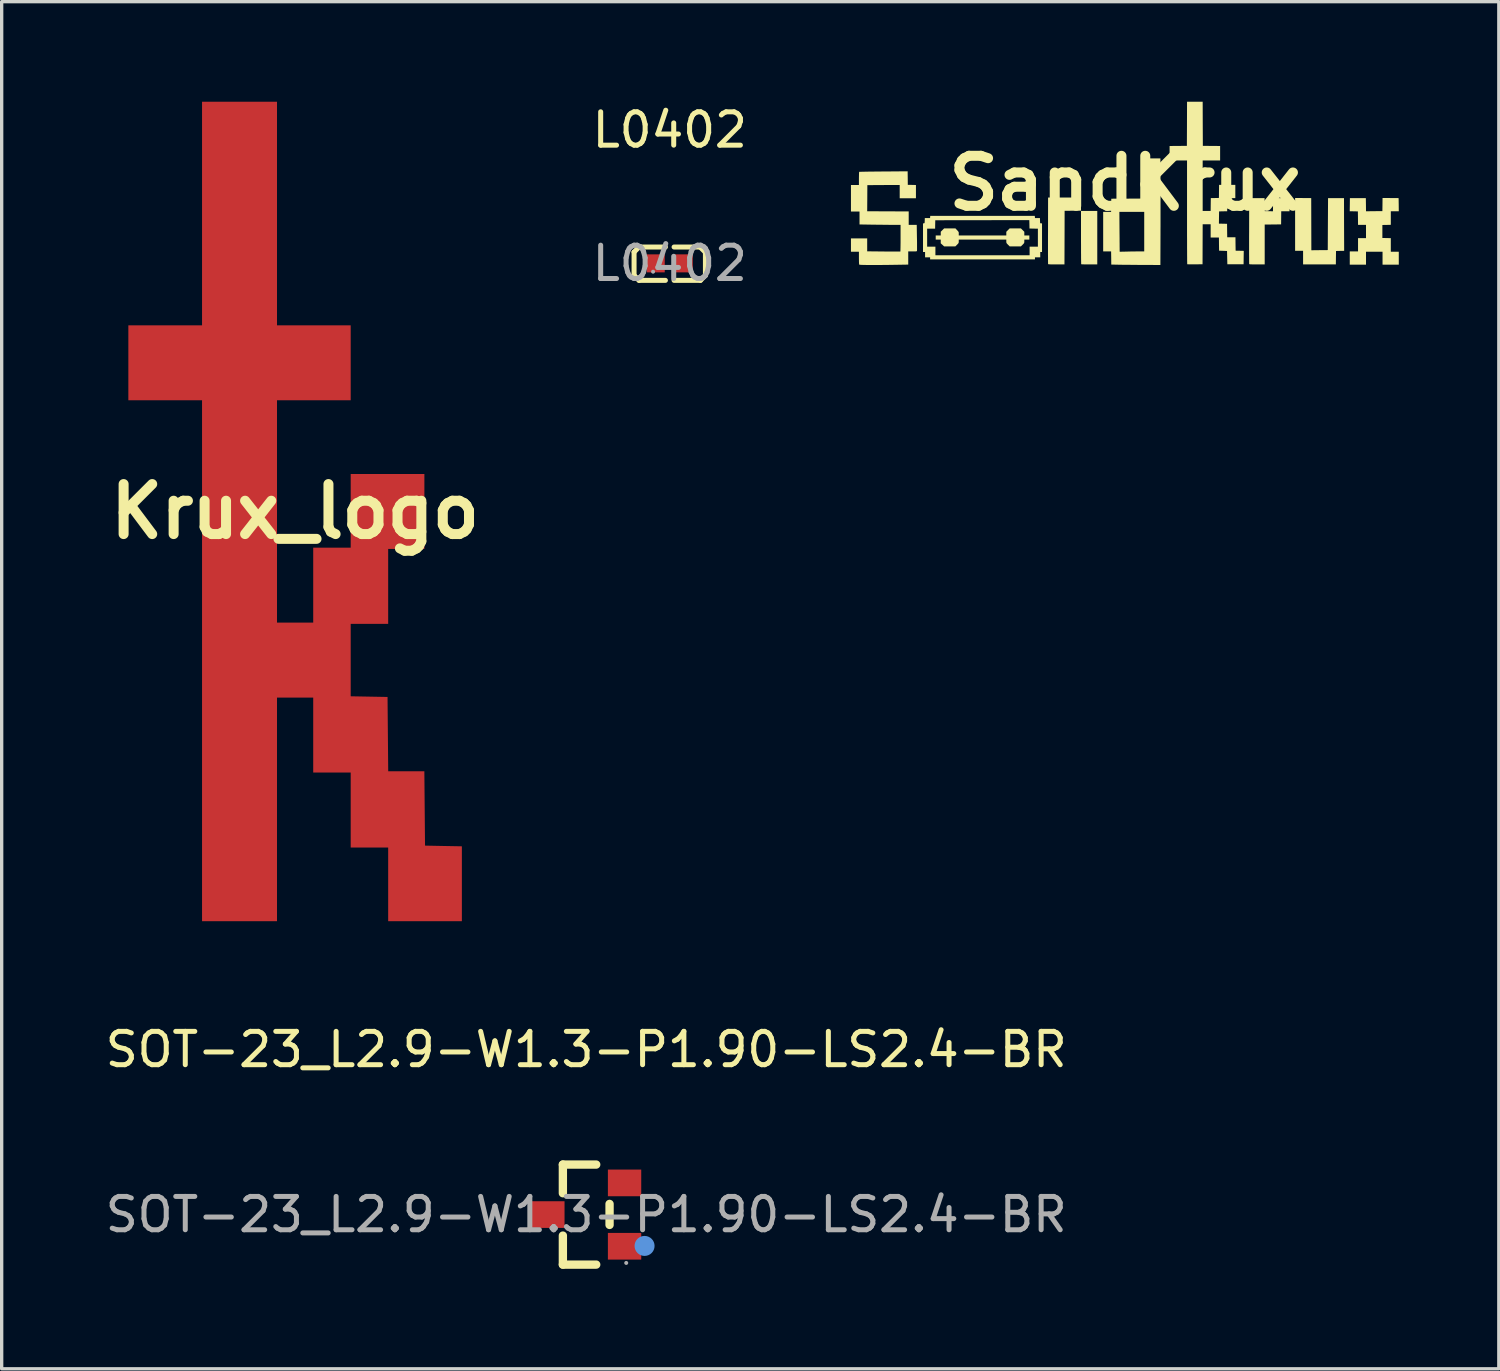
<source format=kicad_pcb>
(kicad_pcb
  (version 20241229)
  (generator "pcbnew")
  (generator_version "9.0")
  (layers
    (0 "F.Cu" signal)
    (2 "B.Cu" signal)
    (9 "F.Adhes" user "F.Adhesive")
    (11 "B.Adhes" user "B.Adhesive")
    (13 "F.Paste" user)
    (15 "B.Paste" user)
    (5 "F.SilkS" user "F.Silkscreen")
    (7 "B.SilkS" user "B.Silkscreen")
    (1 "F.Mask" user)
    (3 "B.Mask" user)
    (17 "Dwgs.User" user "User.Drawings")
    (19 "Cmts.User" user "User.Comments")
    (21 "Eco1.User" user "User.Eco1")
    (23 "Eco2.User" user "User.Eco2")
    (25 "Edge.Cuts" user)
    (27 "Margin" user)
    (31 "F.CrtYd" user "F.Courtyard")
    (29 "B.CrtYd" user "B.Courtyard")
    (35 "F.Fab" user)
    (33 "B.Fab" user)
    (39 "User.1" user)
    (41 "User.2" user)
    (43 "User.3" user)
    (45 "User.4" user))
  (footprint "SandKrux"
    (layer "F.Cu")
    (at 30.688 2.444)
    (property "Reference" "SandKrux" (at 0 0 0) (layer "F.SilkS") (effects (font (size 1.5 1.5) (thickness 0.3))))
    (attr board_only exclude_from_pos_files exclude_from_bom)
    (fp_poly (pts (xy 5.343 0.445) (xy 5.584 0.447) (xy 5.586 1.229) (xy 5.588 2.011) (xy 5.834 2.008) (xy 6.08 2.006) (xy 6.084 1.227) (xy 6.089 0.447) (xy 6.328 0.447) (xy 6.567 0.447) (xy 6.569 1.237) (xy 6.572 2.028) (xy 6.45 2.03) (xy 6.328 2.033) (xy 6.325 2.234) (xy 6.323 2.435) (xy 5.832 2.435) (xy 5.34 2.435) (xy 5.34 2.232) (xy 5.34 2.028) (xy 5.221 2.028) (xy 5.101 2.028) (xy 5.101 1.235) (xy 5.101 0.443)) (stroke (width 0) (type solid)) (fill yes) (layer "F.SilkS"))
    (fp_poly (pts (xy -0.832 1.634) (xy -0.832 2.435) (xy -1.07 2.435) (xy -1.133 2.435) (xy -1.191 2.435) (xy -1.24 2.434) (xy -1.278 2.433) (xy -1.304 2.431) (xy -1.314 2.43) (xy -1.314 2.43) (xy -1.315 2.42) (xy -1.315 2.394) (xy -1.316 2.353) (xy -1.317 2.298) (xy -1.318 2.23) (xy -1.318 2.151) (xy -1.319 2.062) (xy -1.319 1.964) (xy -1.319 1.858) (xy -1.32 1.746) (xy -1.32 1.628) (xy -1.32 1.628) (xy -1.32 0.832) (xy -1.076 0.832) (xy -0.832 0.832)) (stroke (width 0) (type solid)) (fill yes) (layer "F.SilkS"))
    (fp_poly (pts (xy -1.322 0.626) (xy -1.319 0.823) (xy -1.565 0.826) (xy -1.811 0.828) (xy -1.813 1.632) (xy -1.816 2.435) (xy -2.059 2.435) (xy -2.136 2.435) (xy -2.196 2.435) (xy -2.241 2.434) (xy -2.273 2.432) (xy -2.294 2.43) (xy -2.305 2.427) (xy -2.307 2.424) (xy -2.308 2.414) (xy -2.308 2.388) (xy -2.309 2.345) (xy -2.309 2.289) (xy -2.309 2.219) (xy -2.31 2.138) (xy -2.31 2.045) (xy -2.31 1.943) (xy -2.31 1.832) (xy -2.31 1.713) (xy -2.31 1.589) (xy -2.309 1.459) (xy -2.309 1.421) (xy -2.307 0.43) (xy -1.816 0.43) (xy -1.324 0.43)) (stroke (width 0) (type solid)) (fill yes) (layer "F.SilkS"))
    (fp_poly (pts (xy 4.189 0.642) (xy 4.193 0.837) (xy 4.315 0.839) (xy 4.437 0.842) (xy 4.439 0.645) (xy 4.441 0.447) (xy 4.685 0.447) (xy 4.929 0.447) (xy 4.931 0.644) (xy 4.933 0.841) (xy 4.809 0.841) (xy 4.685 0.841) (xy 4.683 1.038) (xy 4.681 1.235) (xy 4.435 1.238) (xy 4.189 1.24) (xy 4.189 1.838) (xy 4.189 2.435) (xy 3.959 2.435) (xy 3.885 2.435) (xy 3.827 2.435) (xy 3.783 2.433) (xy 3.753 2.432) (xy 3.734 2.429) (xy 3.725 2.426) (xy 3.724 2.424) (xy 3.723 2.414) (xy 3.723 2.388) (xy 3.722 2.345) (xy 3.722 2.289) (xy 3.722 2.219) (xy 3.721 2.138) (xy 3.721 2.045) (xy 3.721 1.943) (xy 3.721 1.832) (xy 3.721 1.714) (xy 3.721 1.59) (xy 3.722 1.46) (xy 3.722 1.43) (xy 3.724 0.447) (xy 3.954 0.447) (xy 4.185 0.447)) (stroke (width 0) (type solid)) (fill yes) (layer "F.SilkS"))
    (fp_poly (pts (xy 7.964 0.445) (xy 8.205 0.447) (xy 8.208 0.644) (xy 8.21 0.841) (xy 8.09 0.841) (xy 7.971 0.841) (xy 7.971 1.045) (xy 7.971 1.248) (xy 7.845 1.251) (xy 7.718 1.253) (xy 7.718 1.448) (xy 7.718 1.643) (xy 7.845 1.645) (xy 7.971 1.648) (xy 7.971 1.851) (xy 7.971 2.055) (xy 8.09 2.055) (xy 8.21 2.055) (xy 8.21 2.25) (xy 8.21 2.444) (xy 7.966 2.444) (xy 7.723 2.444) (xy 7.723 2.25) (xy 7.723 2.055) (xy 7.475 2.055) (xy 7.227 2.055) (xy 7.227 2.25) (xy 7.227 2.444) (xy 6.983 2.444) (xy 6.74 2.444) (xy 6.74 2.245) (xy 6.74 2.046) (xy 6.864 2.046) (xy 6.988 2.046) (xy 6.988 1.847) (xy 6.988 1.647) (xy 7.107 1.647) (xy 7.227 1.647) (xy 7.227 1.448) (xy 7.227 1.249) (xy 7.107 1.249) (xy 6.988 1.249) (xy 6.986 1.047) (xy 6.983 0.846) (xy 6.861 0.843) (xy 6.739 0.841) (xy 6.742 0.644) (xy 6.744 0.447) (xy 6.983 0.447) (xy 7.222 0.447) (xy 7.225 0.644) (xy 7.227 0.842) (xy 7.473 0.839) (xy 7.718 0.837) (xy 7.721 0.64) (xy 7.723 0.443)) (stroke (width 0) (type solid)) (fill yes) (layer "F.SilkS"))
    (fp_poly (pts (xy -5.036 1.408) (xy -5.012 1.434) (xy -4.997 1.453) (xy -4.989 1.469) (xy -4.986 1.489) (xy -4.986 1.514) (xy -4.986 1.568) (xy -4.273 1.568) (xy -3.56 1.568) (xy -3.56 1.512) (xy -3.56 1.457) (xy -3.51 1.406) (xy -3.459 1.355) (xy -3.291 1.355) (xy -3.122 1.355) (xy -3.071 1.406) (xy -3.02 1.456) (xy -3.02 1.512) (xy -3.02 1.568) (xy -2.945 1.568) (xy -2.869 1.568) (xy -2.869 1.63) (xy -2.869 1.692) (xy -2.945 1.692) (xy -3.02 1.692) (xy -3.02 1.743) (xy -3.021 1.769) (xy -3.024 1.787) (xy -3.032 1.803) (xy -3.049 1.822) (xy -3.071 1.845) (xy -3.122 1.895) (xy -3.291 1.895) (xy -3.459 1.895) (xy -3.51 1.844) (xy -3.535 1.818) (xy -3.55 1.8) (xy -3.557 1.783) (xy -3.56 1.764) (xy -3.56 1.742) (xy -3.56 1.692) (xy -4.273 1.692) (xy -4.986 1.692) (xy -4.986 1.743) (xy -4.987 1.769) (xy -4.99 1.787) (xy -4.998 1.803) (xy -5.015 1.822) (xy -5.037 1.845) (xy -5.088 1.895) (xy -5.256 1.895) (xy -5.425 1.895) (xy -5.476 1.848) (xy -5.527 1.802) (xy -5.526 1.747) (xy -5.526 1.692) (xy -5.602 1.692) (xy -5.677 1.692) (xy -5.677 1.63) (xy -5.677 1.568) (xy -5.602 1.568) (xy -5.526 1.568) (xy -5.526 1.512) (xy -5.526 1.456) (xy -5.475 1.406) (xy -5.424 1.355) (xy -5.255 1.355) (xy -5.086 1.355)) (stroke (width 0) (type solid)) (fill yes) (layer "F.SilkS"))
    (fp_poly (pts (xy 1.064 -0.055) (xy 1.065 0.059) (xy 1.065 0.188) (xy 1.065 0.329) (xy 1.065 0.481) (xy 1.065 0.638) (xy 1.065 0.801) (xy 1.065 0.964) (xy 1.065 1.126) (xy 1.065 1.285) (xy 1.064 1.437) (xy 1.064 1.543) (xy 1.061 2.453) (xy 0.573 2.451) (xy 0.471 2.451) (xy 0.367 2.45) (xy 0.262 2.449) (xy 0.161 2.448) (xy 0.066 2.448) (xy -0.021 2.447) (xy -0.097 2.446) (xy -0.157 2.445) (xy -0.164 2.445) (xy -0.412 2.44) (xy -0.414 2.243) (xy -0.417 2.046) (xy -0.536 2.046) (xy -0.655 2.046) (xy -0.655 1.452) (xy -0.655 0.859) (xy -0.536 0.859) (xy -0.417 0.859) (xy -0.169 0.859) (xy -0.165 1.455) (xy -0.164 1.556) (xy -0.163 1.651) (xy -0.163 1.74) (xy -0.162 1.821) (xy -0.162 1.892) (xy -0.161 1.952) (xy -0.161 2) (xy -0.16 2.033) (xy -0.16 2.051) (xy -0.16 2.054) (xy -0.151 2.055) (xy -0.128 2.055) (xy -0.092 2.054) (xy -0.046 2.054) (xy 0.007 2.052) (xy 0.02 2.052) (xy 0.09 2.05) (xy 0.17 2.048) (xy 0.254 2.047) (xy 0.334 2.046) (xy 0.387 2.046) (xy 0.576 2.046) (xy 0.576 1.452) (xy 0.576 0.859) (xy 0.203 0.859) (xy -0.169 0.859) (xy -0.417 0.859) (xy -0.414 0.662) (xy -0.412 0.465) (xy 0.082 0.463) (xy 0.576 0.46) (xy 0.576 -0.142) (xy 0.576 -0.744) (xy 0.818 -0.744) (xy 1.061 -0.744)) (stroke (width 0) (type solid)) (fill yes) (layer "F.SilkS"))
    (fp_poly (pts (xy -2.703 1.012) (xy -2.7 1.045) (xy -2.626 1.045) (xy -2.551 1.045) (xy -2.549 1.123) (xy -2.546 1.2) (xy -2.517 1.203) (xy -2.489 1.206) (xy -2.489 1.635) (xy -2.489 2.064) (xy -2.515 2.064) (xy -2.542 2.064) (xy -2.542 2.143) (xy -2.542 2.223) (xy -2.621 2.223) (xy -2.701 2.223) (xy -2.701 2.254) (xy -2.701 2.285) (xy -4.273 2.285) (xy -5.845 2.285) (xy -5.845 2.254) (xy -5.845 2.223) (xy -5.92 2.223) (xy -5.996 2.223) (xy -5.996 2.143) (xy -5.996 2.064) (xy -6.027 2.064) (xy -6.058 2.064) (xy -6.058 1.635) (xy -6.058 1.364) (xy -5.934 1.364) (xy -5.934 1.634) (xy -5.934 1.904) (xy -5.81 1.904) (xy -5.686 1.904) (xy -5.686 2.033) (xy -5.686 2.161) (xy -4.273 2.161) (xy -2.861 2.161) (xy -2.861 2.033) (xy -2.861 1.904) (xy -2.737 1.904) (xy -2.613 1.904) (xy -2.613 1.634) (xy -2.613 1.364) (xy -2.739 1.362) (xy -2.865 1.359) (xy -2.867 1.233) (xy -2.87 1.107) (xy -4.28 1.109) (xy -5.69 1.111) (xy -5.693 1.238) (xy -5.695 1.364) (xy -5.814 1.364) (xy -5.934 1.364) (xy -6.058 1.364) (xy -6.058 1.206) (xy -6.033 1.203) (xy -6.022 1.201) (xy -6.014 1.196) (xy -6.01 1.184) (xy -6.008 1.163) (xy -6.007 1.127) (xy -6.006 1.123) (xy -6.004 1.045) (xy -5.925 1.045) (xy -5.846 1.045) (xy -5.844 1.012) (xy -5.841 0.979) (xy -4.273 0.979) (xy -2.706 0.979)) (stroke (width 0) (type solid)) (fill yes) (layer "F.SilkS"))
    (fp_poly (pts (xy 2.331 -1.782) (xy 2.334 -1.12) (xy 2.593 -1.118) (xy 2.852 -1.116) (xy 2.852 -0.899) (xy 2.852 -0.682) (xy 2.59 -0.682) (xy 2.329 -0.682) (xy 2.329 0.075) (xy 2.329 0.832) (xy 2.449 0.832) (xy 2.568 0.832) (xy 2.57 0.64) (xy 2.573 0.447) (xy 2.694 0.445) (xy 2.816 0.442) (xy 2.818 0.246) (xy 2.821 0.049) (xy 3.064 0.049) (xy 3.308 0.049) (xy 3.308 0.248) (xy 3.308 0.447) (xy 3.186 0.45) (xy 3.064 0.452) (xy 3.064 0.647) (xy 3.064 0.841) (xy 2.943 0.843) (xy 2.821 0.846) (xy 2.818 1.029) (xy 2.816 1.213) (xy 2.938 1.215) (xy 3.06 1.218) (xy 3.062 1.419) (xy 3.065 1.621) (xy 3.188 1.621) (xy 3.312 1.621) (xy 3.314 1.822) (xy 3.317 2.024) (xy 3.439 2.026) (xy 3.561 2.029) (xy 3.558 2.23) (xy 3.556 2.431) (xy 3.312 2.431) (xy 3.069 2.431) (xy 3.064 2.232) (xy 3.06 2.033) (xy 2.94 2.028) (xy 2.821 2.024) (xy 2.818 1.827) (xy 2.816 1.63) (xy 2.692 1.63) (xy 2.568 1.63) (xy 2.568 1.43) (xy 2.568 1.231) (xy 2.449 1.231) (xy 2.329 1.231) (xy 2.327 1.831) (xy 2.325 2.431) (xy 2.098 2.433) (xy 2.037 2.434) (xy 1.981 2.434) (xy 1.934 2.433) (xy 1.897 2.432) (xy 1.874 2.431) (xy 1.866 2.43) (xy 1.865 2.42) (xy 1.865 2.394) (xy 1.864 2.352) (xy 1.863 2.295) (xy 1.863 2.224) (xy 1.862 2.139) (xy 1.862 2.043) (xy 1.861 1.935) (xy 1.861 1.816) (xy 1.861 1.688) (xy 1.86 1.551) (xy 1.86 1.406) (xy 1.86 1.254) (xy 1.86 1.096) (xy 1.86 0.934) (xy 1.86 0.871) (xy 1.86 -0.682) (xy 1.599 -0.682) (xy 1.337 -0.682) (xy 1.337 -0.899) (xy 1.337 -1.116) (xy 1.596 -1.118) (xy 1.855 -1.12) (xy 1.858 -1.782) (xy 1.86 -2.444) (xy 2.095 -2.444) (xy 2.329 -2.444)) (stroke (width 0) (type solid)) (fill yes) (layer "F.SilkS"))
    (fp_poly (pts (xy -6.516 -0.154) (xy -6.514 0.049) (xy -6.392 0.051) (xy -6.27 0.054) (xy -6.27 0.253) (xy -6.27 0.452) (xy -6.514 0.452) (xy -6.757 0.452) (xy -6.757 0.252) (xy -6.757 0.053) (xy -7.242 0.055) (xy -7.727 0.058) (xy -7.729 0.449) (xy -7.732 0.841) (xy -7.11 0.844) (xy -6.487 0.846) (xy -6.487 1.047) (xy -6.487 1.249) (xy -6.367 1.249) (xy -6.246 1.249) (xy -6.24 1.629) (xy -6.238 1.71) (xy -6.237 1.786) (xy -6.237 1.854) (xy -6.237 1.915) (xy -6.237 1.964) (xy -6.237 2) (xy -6.238 2.022) (xy -6.239 2.027) (xy -6.242 2.034) (xy -6.248 2.04) (xy -6.26 2.043) (xy -6.28 2.045) (xy -6.312 2.046) (xy -6.357 2.046) (xy -6.373 2.046) (xy -6.501 2.046) (xy -6.501 2.244) (xy -6.501 2.441) (xy -6.866 2.447) (xy -7.006 2.449) (xy -7.141 2.451) (xy -7.269 2.452) (xy -7.39 2.453) (xy -7.502 2.453) (xy -7.605 2.453) (xy -7.697 2.453) (xy -7.778 2.452) (xy -7.846 2.451) (xy -7.9 2.449) (xy -7.939 2.447) (xy -7.963 2.445) (xy -7.969 2.443) (xy -7.973 2.432) (xy -7.976 2.41) (xy -7.978 2.373) (xy -7.979 2.322) (xy -7.98 2.255) (xy -7.98 2.243) (xy -7.98 2.055) (xy -8.099 2.055) (xy -8.219 2.055) (xy -8.219 1.855) (xy -8.219 1.656) (xy -7.975 1.656) (xy -7.732 1.656) (xy -7.732 1.85) (xy -7.732 2.043) (xy -7.238 2.048) (xy -7.146 2.049) (xy -7.059 2.05) (xy -6.98 2.05) (xy -6.909 2.05) (xy -6.848 2.05) (xy -6.799 2.05) (xy -6.763 2.05) (xy -6.742 2.049) (xy -6.737 2.049) (xy -6.736 2.039) (xy -6.735 2.014) (xy -6.734 1.975) (xy -6.733 1.923) (xy -6.732 1.86) (xy -6.731 1.789) (xy -6.731 1.711) (xy -6.731 1.647) (xy -6.731 1.249) (xy -6.981 1.249) (xy -7.049 1.249) (xy -7.131 1.248) (xy -7.223 1.247) (xy -7.32 1.246) (xy -7.42 1.245) (xy -7.517 1.244) (xy -7.597 1.243) (xy -7.962 1.237) (xy -7.962 1.044) (xy -7.962 0.85) (xy -8.09 0.85) (xy -8.219 0.85) (xy -8.219 0.452) (xy -8.219 0.053) (xy -8.099 0.053) (xy -7.98 0.053) (xy -7.98 -0.141) (xy -7.979 -0.2) (xy -7.978 -0.252) (xy -7.977 -0.294) (xy -7.975 -0.324) (xy -7.972 -0.339) (xy -7.971 -0.341) (xy -7.961 -0.341) (xy -7.935 -0.342) (xy -7.894 -0.343) (xy -7.839 -0.344) (xy -7.771 -0.346) (xy -7.693 -0.347) (xy -7.605 -0.348) (xy -7.508 -0.349) (xy -7.404 -0.35) (xy -7.295 -0.351) (xy -7.241 -0.351) (xy -6.519 -0.357)) (stroke (width 0) (type solid)) (fill yes) (layer "F.SilkS")))
  (footprint "L0402"
    (layer "F.Cu")
    (at 17.035 4.848)
    (property "Reference" "L0402" (at 0 -4 0) (layer "F.SilkS") (effects (font (size 1 1) (thickness 0.15))))
    (attr smd)
    (fp_line (start -1.07 -0.34) (end -0.92 -0.49) (stroke (width 0.15) (type solid)) (layer "F.SilkS"))
    (fp_line (start -1.07 0.36) (end -1.07 -0.34) (stroke (width 0.15) (type solid)) (layer "F.SilkS"))
    (fp_line (start -0.92 -0.49) (end -0.13 -0.49) (stroke (width 0.15) (type solid)) (layer "F.SilkS"))
    (fp_line (start -0.92 0.51) (end -1.07 0.36) (stroke (width 0.15) (type solid)) (layer "F.SilkS"))
    (fp_line (start -0.13 0.51) (end -0.92 0.51) (stroke (width 0.15) (type solid)) (layer "F.SilkS"))
    (fp_line (start 0.13 0.51) (end 0.92 0.51) (stroke (width 0.15) (type solid)) (layer "F.SilkS"))
    (fp_line (start 0.91 -0.49) (end 0.13 -0.49) (stroke (width 0.15) (type solid)) (layer "F.SilkS"))
    (fp_line (start 0.92 0.51) (end 1.07 0.36) (stroke (width 0.15) (type solid)) (layer "F.SilkS"))
    (fp_line (start 1.07 -0.33) (end 0.91 -0.49) (stroke (width 0.15) (type solid)) (layer "F.SilkS"))
    (fp_line (start 1.07 0.36) (end 1.07 -0.33) (stroke (width 0.15) (type solid)) (layer "F.SilkS"))
    (fp_circle (center -0.5 0.25) (end -0.47 0.25) (stroke (width 0.06) (type solid)) (fill no) (layer "F.Fab"))
    (fp_text user "${REFERENCE}" (at 0 0 0) (layer "F.Fab") (effects (font (size 1 1) (thickness 0.15))))
    (pad "1" smd rect (at -0.42 0) (size 0.54 0.54) (layers "F.Cu" "F.Mask" "F.Paste"))
    (pad "2" smd rect (at 0.42 0) (size 0.54 0.54) (layers "F.Cu" "F.Mask" "F.Paste")))
  (footprint "Krux_logo"
    (layer "F.Cu")
    (at 5.8 12.288)
    (property "Reference" "Krux_logo" (at 0 0 0) (layer "F.SilkS") (effects (font (size 1.5 1.5) (thickness 0.3))))
    (attr board_only exclude_from_pos_files exclude_from_bom)
    (fp_poly (pts (xy -0.543 -8.935) (xy -0.543 -5.582) (xy 0.562 -5.582) (xy 1.667 -5.582) (xy 1.667 -4.458) (xy 1.667 -3.334) (xy 0.562 -3.334) (xy -0.543 -3.334) (xy -0.543 -0.000001) (xy -0.543 3.334) (xy 0 3.334) (xy 0.543 3.334) (xy 0.543 2.21) (xy 0.543 1.086) (xy 1.105 1.086) (xy 1.667 1.086) (xy 1.667 -0.019) (xy 1.667 -1.124) (xy 2.772 -1.124) (xy 3.877 -1.124) (xy 3.877 -0.000001) (xy 3.877 1.124) (xy 3.334 1.124) (xy 2.791 1.124) (xy 2.791 2.248) (xy 2.791 3.372) (xy 2.229 3.372) (xy 1.667 3.372) (xy 1.667 4.457) (xy 1.667 5.543) (xy 2.22 5.553) (xy 2.772 5.563) (xy 2.782 6.678) (xy 2.792 7.792) (xy 3.334 7.792) (xy 3.876 7.792) (xy 3.886 8.907) (xy 3.896 10.021) (xy 4.449 10.032) (xy 5.001 10.042) (xy 5.001 11.165) (xy 5.001 12.288) (xy 3.896 12.288) (xy 2.791 12.288) (xy 2.791 11.183) (xy 2.791 10.078) (xy 2.229 10.078) (xy 1.667 10.078) (xy 1.667 8.954) (xy 1.667 7.83) (xy 1.105 7.83) (xy 0.543 7.83) (xy 0.543 6.706) (xy 0.543 5.582) (xy 0 5.582) (xy -0.543 5.582) (xy -0.543 8.935) (xy -0.543 12.288) (xy -1.667 12.288) (xy -2.791 12.288) (xy -2.791 4.477) (xy -2.791 -3.334) (xy -3.896 -3.334) (xy -5.001 -3.334) (xy -5.001 -4.458) (xy -5.001 -5.582) (xy -3.896 -5.582) (xy -2.791 -5.582) (xy -2.791 -8.935) (xy -2.791 -12.288) (xy -1.667 -12.288) (xy -0.543 -12.288)) (stroke (width 0) (type solid)) (fill yes) (layer "F.Cu")))
  (footprint "SOT-23_L2.9-W1.3-P1.90-LS2.4-BR"
    (layer "F.Cu")
    (at 14.53 33.374)
    (property "Reference" "SOT-23_L2.9-W1.3-P1.90-LS2.4-BR" (at 0 -4.95 0) (layer "F.SilkS") (effects (font (size 1 1) (thickness 0.15))))
    (attr smd)
    (fp_line (start -0.7 -1.5) (end 0.3 -1.5) (stroke (width 0.25) (type solid)) (layer "F.SilkS"))
    (fp_line (start -0.7 -0.64) (end -0.7 -1.5) (stroke (width 0.25) (type solid)) (layer "F.SilkS"))
    (fp_line (start -0.7 1.5) (end -0.7 0.63) (stroke (width 0.25) (type solid)) (layer "F.SilkS"))
    (fp_line (start -0.7 1.5) (end 0.3 1.5) (stroke (width 0.25) (type solid)) (layer "F.SilkS"))
    (fp_line (start 0.7 0.31) (end 0.7 -0.32) (stroke (width 0.25) (type solid)) (layer "F.SilkS"))
    (fp_circle (center 1.75 0.94) (end 1.9 0.94) (stroke (width 0.3) (type solid)) (fill no) (layer "Cmts.User"))
    (fp_circle (center 1.2 1.45) (end 1.23 1.45) (stroke (width 0.06) (type solid)) (fill no) (layer "F.Fab"))
    (fp_text user "${REFERENCE}" (at 0 0 0) (layer "F.Fab") (effects (font (size 1 1) (thickness 0.15))))
    (pad "1" smd rect (at 1.15 0.95 180) (size 1 0.8) (layers "F.Cu" "F.Mask" "F.Paste"))
    (pad "2" smd rect (at 1.15 -0.95 180) (size 1 0.8) (layers "F.Cu" "F.Mask" "F.Paste"))
    (pad "3" smd rect (at -1.15 0 180) (size 1 0.8) (layers "F.Cu" "F.Mask" "F.Paste")))
  (gr_rect
    (start -3 -3)
    (end 41.898 37.999)
    (stroke (width 0.1) (type default))
    (fill no)
    (layer "Edge.Cuts")))
</source>
